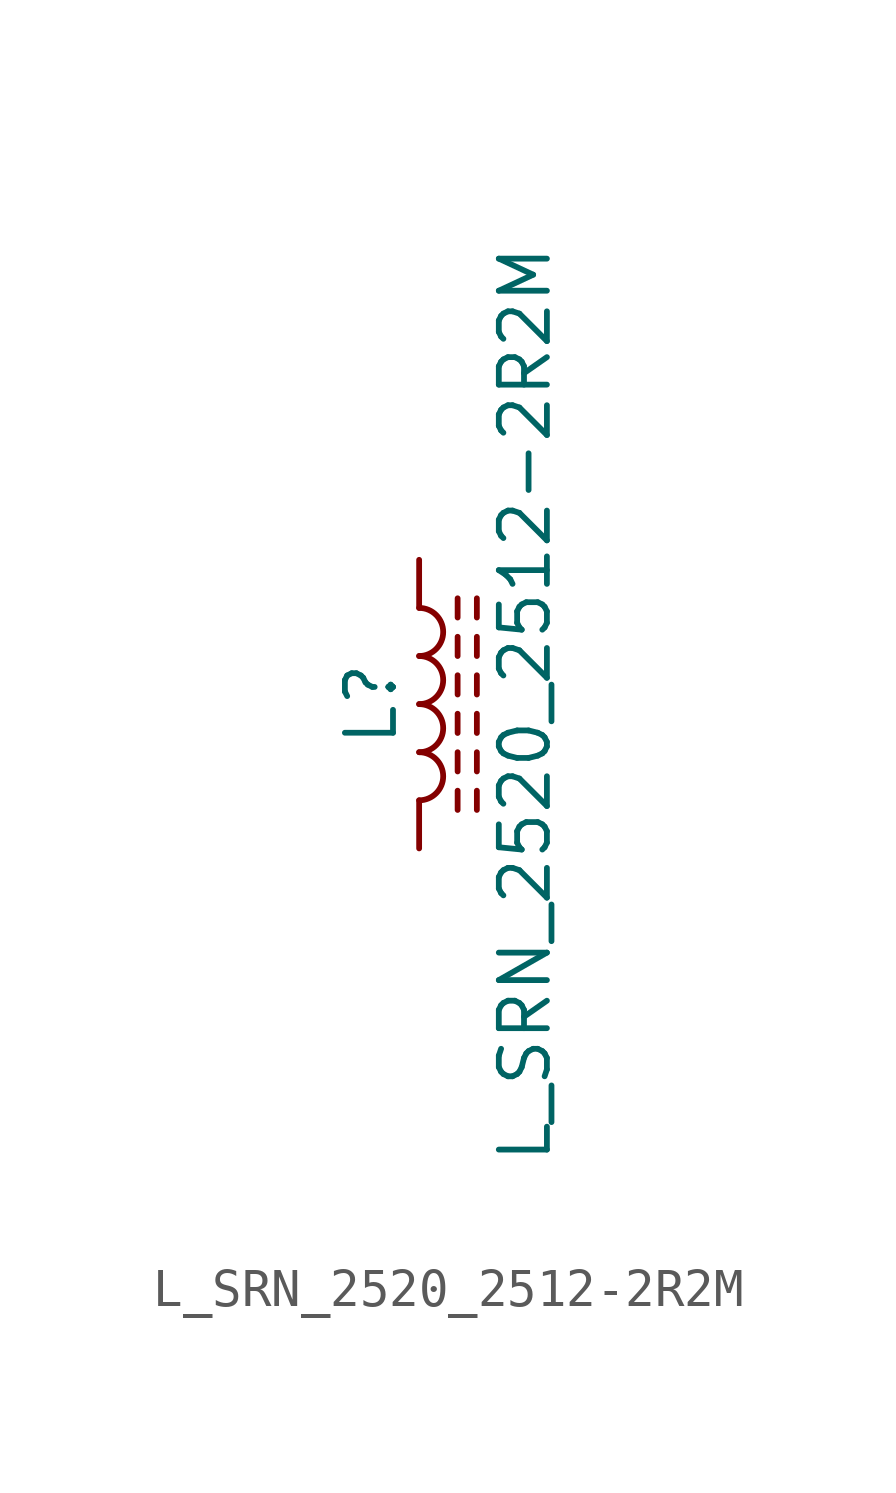
<source format=kicad_sym>
(kicad_symbol_lib
  (version 20211014)
  (generator kicad_symbol_editor)
  (symbol "L_SRN_2520_2512-2R2M"
    (pin_numbers hide)
    (pin_names
      (offset 1.016) hide)
    (property "Reference" "L"
      (at -1.27 0 90)
      (effects (font (size 1.27 1.27))))
    (property "Value" "L_SRN_2520_2512-2R2M"
      (at 2.794 0 90)
      (effects (font (size 1.27 1.27))))
    (symbol "L_SRN_2520_2512-2R2M_0_1"
      (arc (start 0 -2.54) (mid 0.635 -1.905) (end 0 -1.27) (stroke (width 0) (type default) (color 0 0 0 0)) (fill (type none)))
      (arc (start 0 -1.27) (mid 0.635 -0.635) (end 0 0) (stroke (width 0) (type default) (color 0 0 0 0)) (fill (type none)))
      (polyline (pts (xy 1.016 -2.794) (xy 1.016 -2.286)) (stroke (width 0) (type default) (color 0 0 0 0)) (fill (type none)))
      (polyline (pts (xy 1.016 -1.778) (xy 1.016 -1.27)) (stroke (width 0) (type default) (color 0 0 0 0)) (fill (type none)))
      (polyline (pts (xy 1.016 -0.762) (xy 1.016 -0.254)) (stroke (width 0) (type default) (color 0 0 0 0)) (fill (type none)))
      (polyline (pts (xy 1.016 0.254) (xy 1.016 0.762)) (stroke (width 0) (type default) (color 0 0 0 0)) (fill (type none)))
      (polyline (pts (xy 1.016 1.27) (xy 1.016 1.778)) (stroke (width 0) (type default) (color 0 0 0 0)) (fill (type none)))
      (polyline (pts (xy 1.016 2.286) (xy 1.016 2.794)) (stroke (width 0) (type default) (color 0 0 0 0)) (fill (type none)))
      (polyline (pts (xy 1.524 -2.286) (xy 1.524 -2.794)) (stroke (width 0) (type default) (color 0 0 0 0)) (fill (type none)))
      (polyline (pts (xy 1.524 -1.27) (xy 1.524 -1.778)) (stroke (width 0) (type default) (color 0 0 0 0)) (fill (type none)))
      (polyline (pts (xy 1.524 -0.254) (xy 1.524 -0.762)) (stroke (width 0) (type default) (color 0 0 0 0)) (fill (type none)))
      (polyline (pts (xy 1.524 0.762) (xy 1.524 0.254)) (stroke (width 0) (type default) (color 0 0 0 0)) (fill (type none)))
      (polyline (pts (xy 1.524 1.778) (xy 1.524 1.27)) (stroke (width 0) (type default) (color 0 0 0 0)) (fill (type none)))
      (polyline (pts (xy 1.524 2.794) (xy 1.524 2.286)) (stroke (width 0) (type default) (color 0 0 0 0)) (fill (type none)))
      (arc (start 0 0) (mid 0.635 0.635) (end 0 1.27) (stroke (width 0) (type default) (color 0 0 0 0)) (fill (type none)))
      (arc (start 0 1.27) (mid 0.635 1.905) (end 0 2.54) (stroke (width 0) (type default) (color 0 0 0 0)) (fill (type none))))
    (symbol "L_SRN_2520_2512-2R2M_1_1"
      (pin passive line (at 0 3.81 270) (length 1.27) (name "1" (effects (font (size 1.27 1.27)))) (number "1" (effects (font (size 1.27 1.27)))))
      (pin passive line (at 0 -3.81 90) (length 1.27) (name "2" (effects (font (size 1.27 1.27)))) (number "2" (effects (font (size 1.27 1.27))))))))
</source>
